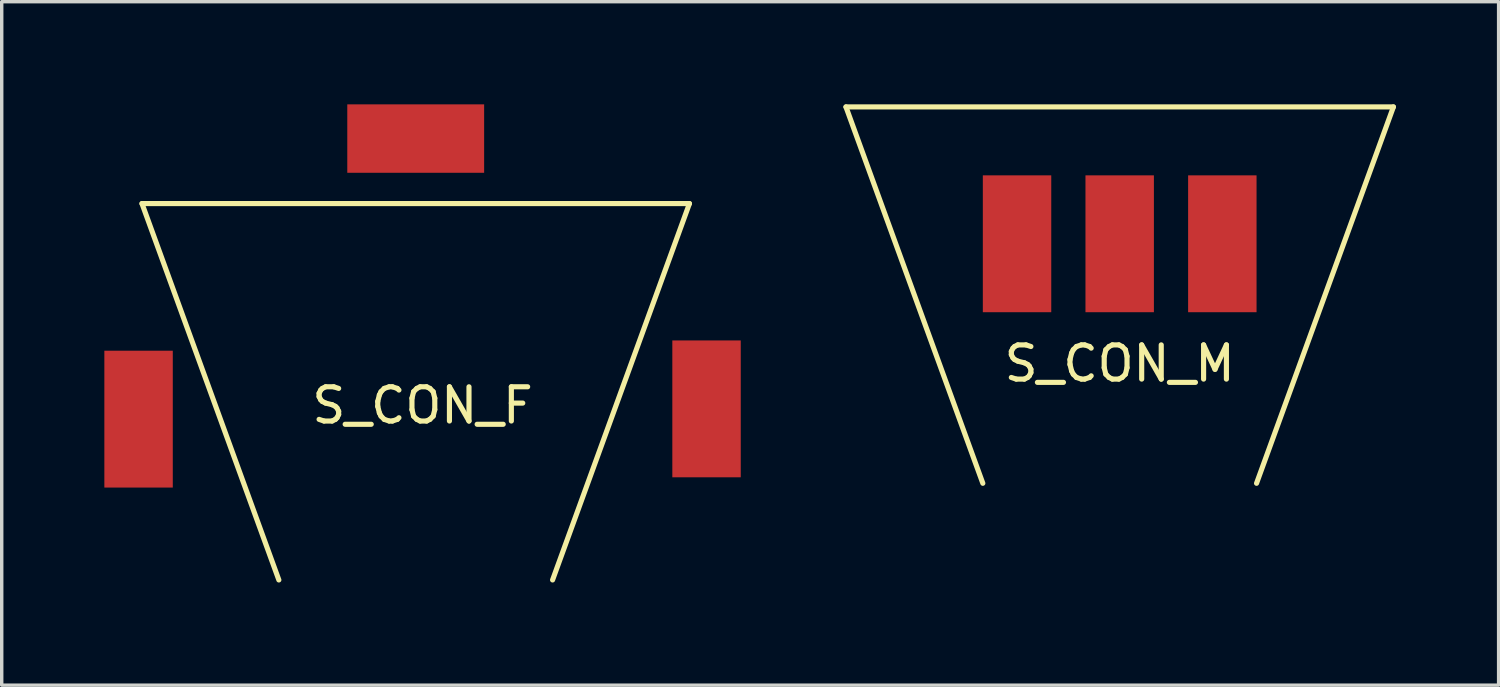
<source format=kicad_pcb>
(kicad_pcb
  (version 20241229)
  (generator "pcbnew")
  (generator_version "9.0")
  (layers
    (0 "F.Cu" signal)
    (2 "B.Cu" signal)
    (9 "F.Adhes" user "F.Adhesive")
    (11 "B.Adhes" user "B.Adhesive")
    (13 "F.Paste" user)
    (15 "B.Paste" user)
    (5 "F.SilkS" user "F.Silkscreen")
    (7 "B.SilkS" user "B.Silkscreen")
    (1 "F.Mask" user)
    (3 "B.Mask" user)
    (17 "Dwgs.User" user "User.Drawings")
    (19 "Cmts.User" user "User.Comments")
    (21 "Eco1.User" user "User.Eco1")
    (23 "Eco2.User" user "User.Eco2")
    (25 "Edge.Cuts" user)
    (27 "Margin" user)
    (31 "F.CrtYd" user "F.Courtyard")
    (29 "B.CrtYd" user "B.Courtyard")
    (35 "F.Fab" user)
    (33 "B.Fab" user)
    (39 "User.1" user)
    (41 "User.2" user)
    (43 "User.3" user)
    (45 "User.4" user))
  (footprint "S_CON_M"
    (layer "F.Cu")
    (at 29.675 6.075)
    (property "Reference" "S_CON_M" (at 0 1.5 0) (layer "F.SilkS") (effects (font (size 1 1) (thickness 0.15))))
    (attr through_hole)
    (fp_line (start -8 -6) (end -4 5) (stroke (width 0.15) (type solid)) (layer "F.SilkS"))
    (fp_line (start -8 -6) (end 8 -6) (stroke (width 0.15) (type solid)) (layer "F.SilkS"))
    (fp_line (start 8 -6) (end 4 5) (stroke (width 0.15) (type solid)) (layer "F.SilkS"))
    (pad "1" connect rect (at -3 -2) (size 2 4) (layers "F.Cu" "F.Mask"))
    (pad "2" connect rect (at 0 -2) (size 2 4) (layers "F.Cu" "F.Mask"))
    (pad "3" connect rect (at 3 -2) (size 2 4) (layers "F.Cu" "F.Mask")))
  (footprint "S_CON_F"
    (layer "F.Cu")
    (at 9.1 8.9)
    (property "Reference" "S_CON_F" (at 0.2 -0.1 0) (layer "F.SilkS") (effects (font (size 1 1) (thickness 0.15))))
    (attr through_hole)
    (fp_line (start -8 -6) (end -4 5) (stroke (width 0.15) (type solid)) (layer "F.SilkS"))
    (fp_line (start -8 -6) (end 8 -6) (stroke (width 0.15) (type solid)) (layer "F.SilkS"))
    (fp_line (start 8 -6) (end 4 5) (stroke (width 0.15) (type solid)) (layer "F.SilkS"))
    (pad "1" connect rect (at -8.1 0.3) (size 2 4) (layers "F.Cu" "F.Mask"))
    (pad "2" connect rect (at 0 -7.9 90) (size 2 4) (layers "F.Cu" "F.Mask"))
    (pad "3" connect rect (at 8.5 0) (size 2 4) (layers "F.Cu" "F.Mask")))
  (gr_rect
    (start -3 -3)
    (end 40.75 16.975)
    (stroke (width 0.1) (type default))
    (fill no)
    (layer "Edge.Cuts")))
</source>
